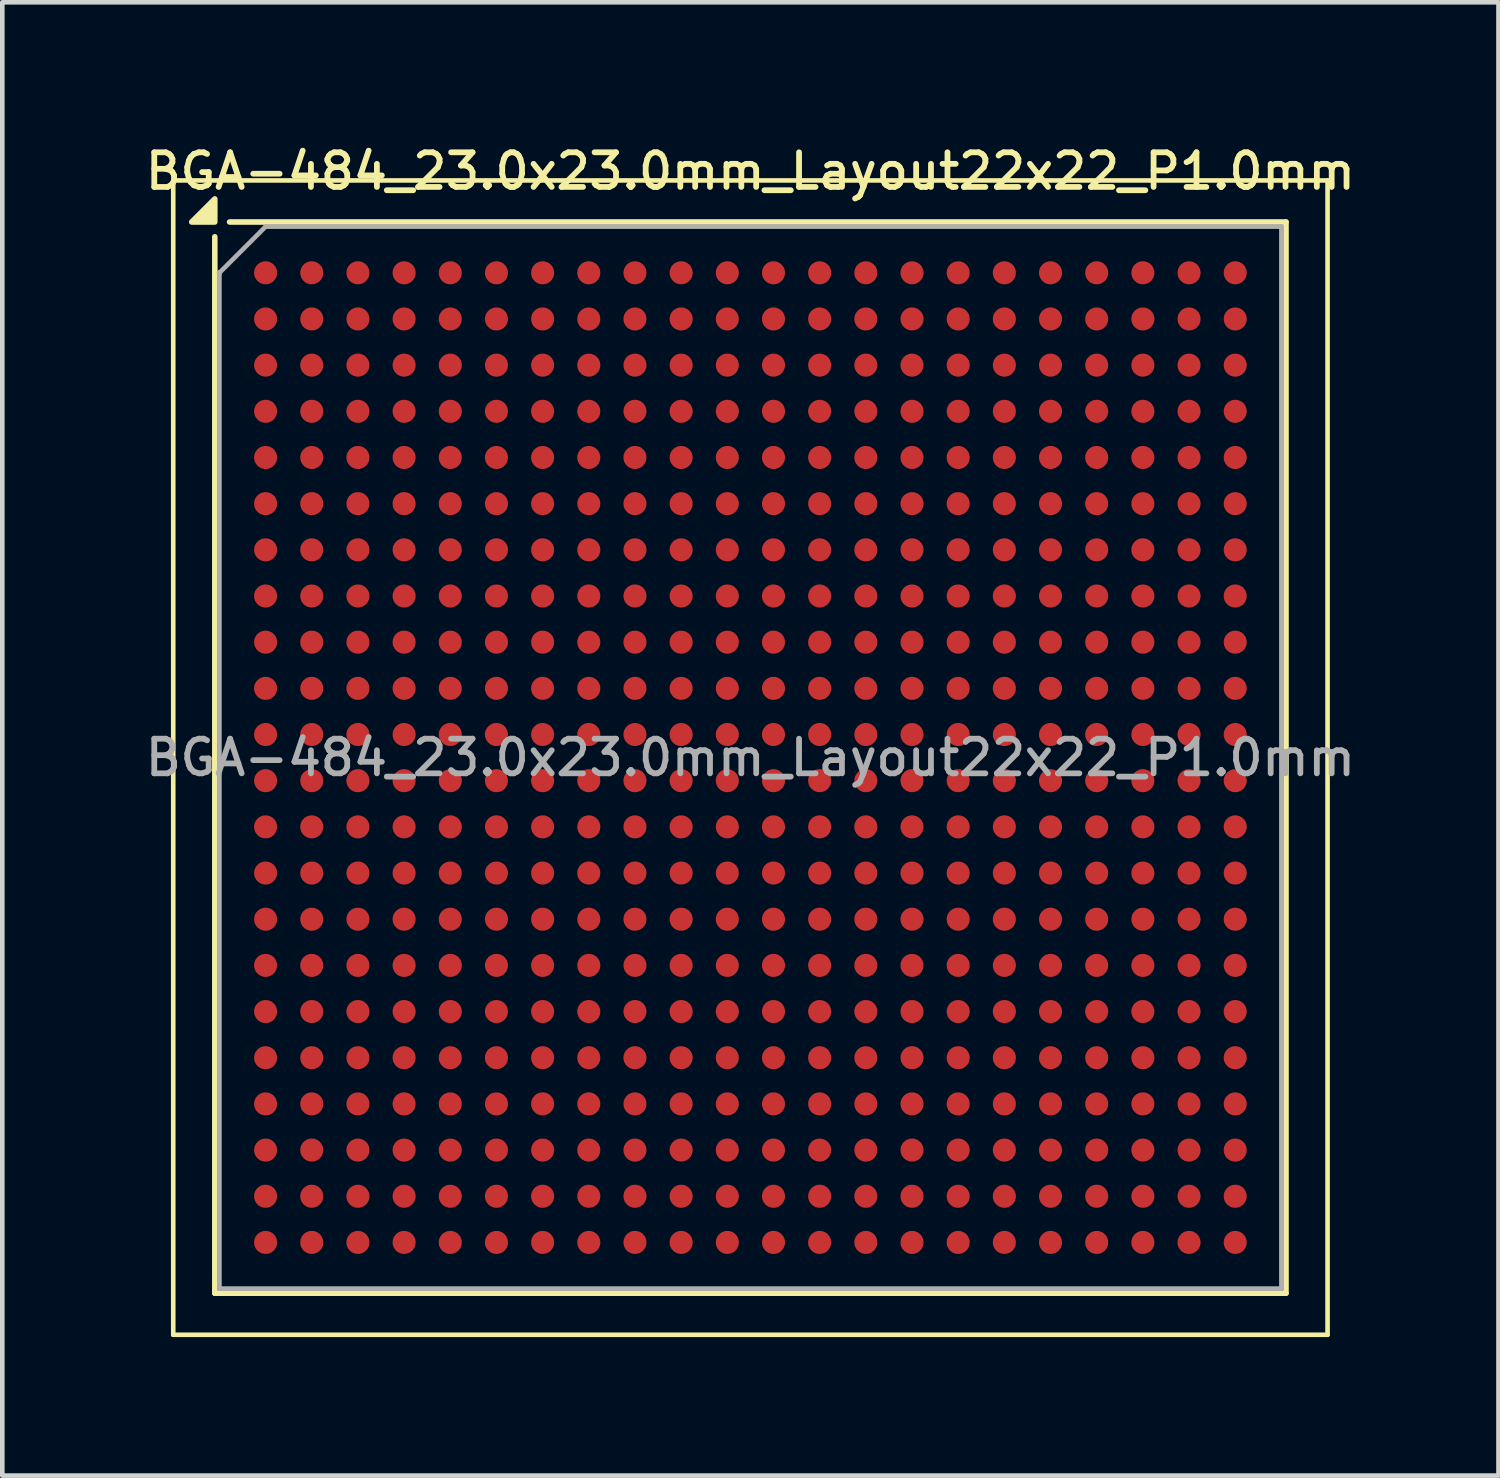
<source format=kicad_pcb>
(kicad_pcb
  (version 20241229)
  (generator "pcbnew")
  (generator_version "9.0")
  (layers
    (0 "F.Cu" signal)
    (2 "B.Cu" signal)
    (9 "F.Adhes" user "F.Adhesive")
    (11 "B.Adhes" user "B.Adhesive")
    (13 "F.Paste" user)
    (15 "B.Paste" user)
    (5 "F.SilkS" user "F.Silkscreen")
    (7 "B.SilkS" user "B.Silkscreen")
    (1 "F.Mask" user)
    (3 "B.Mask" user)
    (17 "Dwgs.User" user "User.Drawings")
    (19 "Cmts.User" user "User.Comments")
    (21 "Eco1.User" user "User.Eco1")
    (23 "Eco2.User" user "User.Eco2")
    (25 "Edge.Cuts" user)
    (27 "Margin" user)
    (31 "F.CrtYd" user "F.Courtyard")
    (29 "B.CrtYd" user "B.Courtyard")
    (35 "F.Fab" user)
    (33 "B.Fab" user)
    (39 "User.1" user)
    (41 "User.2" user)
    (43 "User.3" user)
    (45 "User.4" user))
  (footprint "BGA-484_23.0x23.0mm_Layout22x22_P1.0mm"
    (layer "F.Cu")
    (at 13.202 13.358)
    (property "Reference" "BGA-484_23.0x23.0mm_Layout22x22_P1.0mm" (at 0 -12.7 0) (layer "F.SilkS") (effects (font (size 0.75 0.75) (thickness 0.125))))
    (attr smd)
    (fp_line (start -12.5 -12.5) (end -12.5 12.5) (stroke (width 0.1) (type solid)) (layer "F.SilkS"))
    (fp_line (start -12.5 -12.5) (end 12.5 -12.5) (stroke (width 0.1) (type solid)) (layer "F.SilkS"))
    (fp_line (start -11.6 11.6) (end -11.6 -11.28) (stroke (width 0.12) (type solid)) (layer "F.SilkS"))
    (fp_line (start -11.28 -11.6) (end 11.6 -11.6) (stroke (width 0.12) (type solid)) (layer "F.SilkS"))
    (fp_line (start 11.6 -11.6) (end 11.6 11.6) (stroke (width 0.12) (type solid)) (layer "F.SilkS"))
    (fp_line (start 11.6 11.6) (end -11.6 11.6) (stroke (width 0.12) (type solid)) (layer "F.SilkS"))
    (fp_line (start 12.5 12.5) (end -12.5 12.5) (stroke (width 0.1) (type solid)) (layer "F.SilkS"))
    (fp_line (start 12.5 12.5) (end 12.5 -12.5) (stroke (width 0.1) (type solid)) (layer "F.SilkS"))
    (fp_poly (pts (xy -11.6 -11.6) (xy -12.1 -11.6) (xy -11.6 -12.1) (xy -11.6 -11.6)) (stroke (width 0.12) (type solid)) (fill yes) (layer "F.SilkS"))
    (fp_line (start -11.5 -10.5) (end -11.5 -10.5) (stroke (width 0.12) (type solid)) (layer "F.Fab"))
    (fp_line (start -11.5 11.5) (end -11.5 -10.5) (stroke (width 0.1) (type solid)) (layer "F.Fab"))
    (fp_line (start -10.5 -11.5) (end -11.5 -10.5) (stroke (width 0.1) (type solid)) (layer "F.Fab"))
    (fp_line (start -10.5 -11.5) (end 11.5 -11.5) (stroke (width 0.1) (type solid)) (layer "F.Fab"))
    (fp_line (start 11.5 -11.5) (end 11.5 11.5) (stroke (width 0.1) (type solid)) (layer "F.Fab"))
    (fp_line (start 11.5 11.5) (end -11.5 11.5) (stroke (width 0.1) (type solid)) (layer "F.Fab"))
    (fp_text user "${REFERENCE}" (at 0 0 0) (layer "F.Fab") (effects (font (size 0.75 0.75) (thickness 0.125))))
    (pad "A1" smd circle (at -10.5 -10.5) (size 0.5 0.5) (property pad_prop_bga) (layers "F.Cu" "F.Mask" "F.Paste"))
    (pad "A2" smd circle (at -9.5 -10.5) (size 0.5 0.5) (property pad_prop_bga) (layers "F.Cu" "F.Mask" "F.Paste"))
    (pad "A3" smd circle (at -8.5 -10.5) (size 0.5 0.5) (property pad_prop_bga) (layers "F.Cu" "F.Mask" "F.Paste"))
    (pad "A4" smd circle (at -7.5 -10.5) (size 0.5 0.5) (property pad_prop_bga) (layers "F.Cu" "F.Mask" "F.Paste"))
    (pad "A5" smd circle (at -6.5 -10.5) (size 0.5 0.5) (property pad_prop_bga) (layers "F.Cu" "F.Mask" "F.Paste"))
    (pad "A6" smd circle (at -5.5 -10.5) (size 0.5 0.5) (property pad_prop_bga) (layers "F.Cu" "F.Mask" "F.Paste"))
    (pad "A7" smd circle (at -4.5 -10.5) (size 0.5 0.5) (property pad_prop_bga) (layers "F.Cu" "F.Mask" "F.Paste"))
    (pad "A8" smd circle (at -3.5 -10.5) (size 0.5 0.5) (property pad_prop_bga) (layers "F.Cu" "F.Mask" "F.Paste"))
    (pad "A9" smd circle (at -2.5 -10.5) (size 0.5 0.5) (property pad_prop_bga) (layers "F.Cu" "F.Mask" "F.Paste"))
    (pad "A10" smd circle (at -1.5 -10.5) (size 0.5 0.5) (property pad_prop_bga) (layers "F.Cu" "F.Mask" "F.Paste"))
    (pad "A11" smd circle (at -0.5 -10.5) (size 0.5 0.5) (property pad_prop_bga) (layers "F.Cu" "F.Mask" "F.Paste"))
    (pad "A12" smd circle (at 0.5 -10.5) (size 0.5 0.5) (property pad_prop_bga) (layers "F.Cu" "F.Mask" "F.Paste"))
    (pad "A13" smd circle (at 1.5 -10.5) (size 0.5 0.5) (property pad_prop_bga) (layers "F.Cu" "F.Mask" "F.Paste"))
    (pad "A14" smd circle (at 2.5 -10.5) (size 0.5 0.5) (property pad_prop_bga) (layers "F.Cu" "F.Mask" "F.Paste"))
    (pad "A15" smd circle (at 3.5 -10.5) (size 0.5 0.5) (property pad_prop_bga) (layers "F.Cu" "F.Mask" "F.Paste"))
    (pad "A16" smd circle (at 4.5 -10.5) (size 0.5 0.5) (property pad_prop_bga) (layers "F.Cu" "F.Mask" "F.Paste"))
    (pad "A17" smd circle (at 5.5 -10.5) (size 0.5 0.5) (property pad_prop_bga) (layers "F.Cu" "F.Mask" "F.Paste"))
    (pad "A18" smd circle (at 6.5 -10.5) (size 0.5 0.5) (property pad_prop_bga) (layers "F.Cu" "F.Mask" "F.Paste"))
    (pad "A19" smd circle (at 7.5 -10.5) (size 0.5 0.5) (property pad_prop_bga) (layers "F.Cu" "F.Mask" "F.Paste"))
    (pad "A20" smd circle (at 8.5 -10.5) (size 0.5 0.5) (property pad_prop_bga) (layers "F.Cu" "F.Mask" "F.Paste"))
    (pad "A21" smd circle (at 9.5 -10.5) (size 0.5 0.5) (property pad_prop_bga) (layers "F.Cu" "F.Mask" "F.Paste"))
    (pad "A22" smd circle (at 10.5 -10.5) (size 0.5 0.5) (property pad_prop_bga) (layers "F.Cu" "F.Mask" "F.Paste"))
    (pad "AA1" smd circle (at -10.5 9.5) (size 0.5 0.5) (property pad_prop_bga) (layers "F.Cu" "F.Mask" "F.Paste"))
    (pad "AA2" smd circle (at -9.5 9.5) (size 0.5 0.5) (property pad_prop_bga) (layers "F.Cu" "F.Mask" "F.Paste"))
    (pad "AA3" smd circle (at -8.5 9.5) (size 0.5 0.5) (property pad_prop_bga) (layers "F.Cu" "F.Mask" "F.Paste"))
    (pad "AA4" smd circle (at -7.5 9.5) (size 0.5 0.5) (property pad_prop_bga) (layers "F.Cu" "F.Mask" "F.Paste"))
    (pad "AA5" smd circle (at -6.5 9.5) (size 0.5 0.5) (property pad_prop_bga) (layers "F.Cu" "F.Mask" "F.Paste"))
    (pad "AA6" smd circle (at -5.5 9.5) (size 0.5 0.5) (property pad_prop_bga) (layers "F.Cu" "F.Mask" "F.Paste"))
    (pad "AA7" smd circle (at -4.5 9.5) (size 0.5 0.5) (property pad_prop_bga) (layers "F.Cu" "F.Mask" "F.Paste"))
    (pad "AA8" smd circle (at -3.5 9.5) (size 0.5 0.5) (property pad_prop_bga) (layers "F.Cu" "F.Mask" "F.Paste"))
    (pad "AA9" smd circle (at -2.5 9.5) (size 0.5 0.5) (property pad_prop_bga) (layers "F.Cu" "F.Mask" "F.Paste"))
    (pad "AA10" smd circle (at -1.5 9.5) (size 0.5 0.5) (property pad_prop_bga) (layers "F.Cu" "F.Mask" "F.Paste"))
    (pad "AA11" smd circle (at -0.5 9.5) (size 0.5 0.5) (property pad_prop_bga) (layers "F.Cu" "F.Mask" "F.Paste"))
    (pad "AA12" smd circle (at 0.5 9.5) (size 0.5 0.5) (property pad_prop_bga) (layers "F.Cu" "F.Mask" "F.Paste"))
    (pad "AA13" smd circle (at 1.5 9.5) (size 0.5 0.5) (property pad_prop_bga) (layers "F.Cu" "F.Mask" "F.Paste"))
    (pad "AA14" smd circle (at 2.5 9.5) (size 0.5 0.5) (property pad_prop_bga) (layers "F.Cu" "F.Mask" "F.Paste"))
    (pad "AA15" smd circle (at 3.5 9.5) (size 0.5 0.5) (property pad_prop_bga) (layers "F.Cu" "F.Mask" "F.Paste"))
    (pad "AA16" smd circle (at 4.5 9.5) (size 0.5 0.5) (property pad_prop_bga) (layers "F.Cu" "F.Mask" "F.Paste"))
    (pad "AA17" smd circle (at 5.5 9.5) (size 0.5 0.5) (property pad_prop_bga) (layers "F.Cu" "F.Mask" "F.Paste"))
    (pad "AA18" smd circle (at 6.5 9.5) (size 0.5 0.5) (property pad_prop_bga) (layers "F.Cu" "F.Mask" "F.Paste"))
    (pad "AA19" smd circle (at 7.5 9.5) (size 0.5 0.5) (property pad_prop_bga) (layers "F.Cu" "F.Mask" "F.Paste"))
    (pad "AA20" smd circle (at 8.5 9.5) (size 0.5 0.5) (property pad_prop_bga) (layers "F.Cu" "F.Mask" "F.Paste"))
    (pad "AA21" smd circle (at 9.5 9.5) (size 0.5 0.5) (property pad_prop_bga) (layers "F.Cu" "F.Mask" "F.Paste"))
    (pad "AA22" smd circle (at 10.5 9.5) (size 0.5 0.5) (property pad_prop_bga) (layers "F.Cu" "F.Mask" "F.Paste"))
    (pad "AB1" smd circle (at -10.5 10.5) (size 0.5 0.5) (property pad_prop_bga) (layers "F.Cu" "F.Mask" "F.Paste"))
    (pad "AB2" smd circle (at -9.5 10.5) (size 0.5 0.5) (property pad_prop_bga) (layers "F.Cu" "F.Mask" "F.Paste"))
    (pad "AB3" smd circle (at -8.5 10.5) (size 0.5 0.5) (property pad_prop_bga) (layers "F.Cu" "F.Mask" "F.Paste"))
    (pad "AB4" smd circle (at -7.5 10.5) (size 0.5 0.5) (property pad_prop_bga) (layers "F.Cu" "F.Mask" "F.Paste"))
    (pad "AB5" smd circle (at -6.5 10.5) (size 0.5 0.5) (property pad_prop_bga) (layers "F.Cu" "F.Mask" "F.Paste"))
    (pad "AB6" smd circle (at -5.5 10.5) (size 0.5 0.5) (property pad_prop_bga) (layers "F.Cu" "F.Mask" "F.Paste"))
    (pad "AB7" smd circle (at -4.5 10.5) (size 0.5 0.5) (property pad_prop_bga) (layers "F.Cu" "F.Mask" "F.Paste"))
    (pad "AB8" smd circle (at -3.5 10.5) (size 0.5 0.5) (property pad_prop_bga) (layers "F.Cu" "F.Mask" "F.Paste"))
    (pad "AB9" smd circle (at -2.5 10.5) (size 0.5 0.5) (property pad_prop_bga) (layers "F.Cu" "F.Mask" "F.Paste"))
    (pad "AB10" smd circle (at -1.5 10.5) (size 0.5 0.5) (property pad_prop_bga) (layers "F.Cu" "F.Mask" "F.Paste"))
    (pad "AB11" smd circle (at -0.5 10.5) (size 0.5 0.5) (property pad_prop_bga) (layers "F.Cu" "F.Mask" "F.Paste"))
    (pad "AB12" smd circle (at 0.5 10.5) (size 0.5 0.5) (property pad_prop_bga) (layers "F.Cu" "F.Mask" "F.Paste"))
    (pad "AB13" smd circle (at 1.5 10.5) (size 0.5 0.5) (property pad_prop_bga) (layers "F.Cu" "F.Mask" "F.Paste"))
    (pad "AB14" smd circle (at 2.5 10.5) (size 0.5 0.5) (property pad_prop_bga) (layers "F.Cu" "F.Mask" "F.Paste"))
    (pad "AB15" smd circle (at 3.5 10.5) (size 0.5 0.5) (property pad_prop_bga) (layers "F.Cu" "F.Mask" "F.Paste"))
    (pad "AB16" smd circle (at 4.5 10.5) (size 0.5 0.5) (property pad_prop_bga) (layers "F.Cu" "F.Mask" "F.Paste"))
    (pad "AB17" smd circle (at 5.5 10.5) (size 0.5 0.5) (property pad_prop_bga) (layers "F.Cu" "F.Mask" "F.Paste"))
    (pad "AB18" smd circle (at 6.5 10.5) (size 0.5 0.5) (property pad_prop_bga) (layers "F.Cu" "F.Mask" "F.Paste"))
    (pad "AB19" smd circle (at 7.5 10.5) (size 0.5 0.5) (property pad_prop_bga) (layers "F.Cu" "F.Mask" "F.Paste"))
    (pad "AB20" smd circle (at 8.5 10.5) (size 0.5 0.5) (property pad_prop_bga) (layers "F.Cu" "F.Mask" "F.Paste"))
    (pad "AB21" smd circle (at 9.5 10.5) (size 0.5 0.5) (property pad_prop_bga) (layers "F.Cu" "F.Mask" "F.Paste"))
    (pad "AB22" smd circle (at 10.5 10.5) (size 0.5 0.5) (property pad_prop_bga) (layers "F.Cu" "F.Mask" "F.Paste"))
    (pad "B1" smd circle (at -10.5 -9.5) (size 0.5 0.5) (property pad_prop_bga) (layers "F.Cu" "F.Mask" "F.Paste"))
    (pad "B2" smd circle (at -9.5 -9.5) (size 0.5 0.5) (property pad_prop_bga) (layers "F.Cu" "F.Mask" "F.Paste"))
    (pad "B3" smd circle (at -8.5 -9.5) (size 0.5 0.5) (property pad_prop_bga) (layers "F.Cu" "F.Mask" "F.Paste"))
    (pad "B4" smd circle (at -7.5 -9.5) (size 0.5 0.5) (property pad_prop_bga) (layers "F.Cu" "F.Mask" "F.Paste"))
    (pad "B5" smd circle (at -6.5 -9.5) (size 0.5 0.5) (property pad_prop_bga) (layers "F.Cu" "F.Mask" "F.Paste"))
    (pad "B6" smd circle (at -5.5 -9.5) (size 0.5 0.5) (property pad_prop_bga) (layers "F.Cu" "F.Mask" "F.Paste"))
    (pad "B7" smd circle (at -4.5 -9.5) (size 0.5 0.5) (property pad_prop_bga) (layers "F.Cu" "F.Mask" "F.Paste"))
    (pad "B8" smd circle (at -3.5 -9.5) (size 0.5 0.5) (property pad_prop_bga) (layers "F.Cu" "F.Mask" "F.Paste"))
    (pad "B9" smd circle (at -2.5 -9.5) (size 0.5 0.5) (property pad_prop_bga) (layers "F.Cu" "F.Mask" "F.Paste"))
    (pad "B10" smd circle (at -1.5 -9.5) (size 0.5 0.5) (property pad_prop_bga) (layers "F.Cu" "F.Mask" "F.Paste"))
    (pad "B11" smd circle (at -0.5 -9.5) (size 0.5 0.5) (property pad_prop_bga) (layers "F.Cu" "F.Mask" "F.Paste"))
    (pad "B12" smd circle (at 0.5 -9.5) (size 0.5 0.5) (property pad_prop_bga) (layers "F.Cu" "F.Mask" "F.Paste"))
    (pad "B13" smd circle (at 1.5 -9.5) (size 0.5 0.5) (property pad_prop_bga) (layers "F.Cu" "F.Mask" "F.Paste"))
    (pad "B14" smd circle (at 2.5 -9.5) (size 0.5 0.5) (property pad_prop_bga) (layers "F.Cu" "F.Mask" "F.Paste"))
    (pad "B15" smd circle (at 3.5 -9.5) (size 0.5 0.5) (property pad_prop_bga) (layers "F.Cu" "F.Mask" "F.Paste"))
    (pad "B16" smd circle (at 4.5 -9.5) (size 0.5 0.5) (property pad_prop_bga) (layers "F.Cu" "F.Mask" "F.Paste"))
    (pad "B17" smd circle (at 5.5 -9.5) (size 0.5 0.5) (property pad_prop_bga) (layers "F.Cu" "F.Mask" "F.Paste"))
    (pad "B18" smd circle (at 6.5 -9.5) (size 0.5 0.5) (property pad_prop_bga) (layers "F.Cu" "F.Mask" "F.Paste"))
    (pad "B19" smd circle (at 7.5 -9.5) (size 0.5 0.5) (property pad_prop_bga) (layers "F.Cu" "F.Mask" "F.Paste"))
    (pad "B20" smd circle (at 8.5 -9.5) (size 0.5 0.5) (property pad_prop_bga) (layers "F.Cu" "F.Mask" "F.Paste"))
    (pad "B21" smd circle (at 9.5 -9.5) (size 0.5 0.5) (property pad_prop_bga) (layers "F.Cu" "F.Mask" "F.Paste"))
    (pad "B22" smd circle (at 10.5 -9.5) (size 0.5 0.5) (property pad_prop_bga) (layers "F.Cu" "F.Mask" "F.Paste"))
    (pad "C1" smd circle (at -10.5 -8.5) (size 0.5 0.5) (property pad_prop_bga) (layers "F.Cu" "F.Mask" "F.Paste"))
    (pad "C2" smd circle (at -9.5 -8.5) (size 0.5 0.5) (property pad_prop_bga) (layers "F.Cu" "F.Mask" "F.Paste"))
    (pad "C3" smd circle (at -8.5 -8.5) (size 0.5 0.5) (property pad_prop_bga) (layers "F.Cu" "F.Mask" "F.Paste"))
    (pad "C4" smd circle (at -7.5 -8.5) (size 0.5 0.5) (property pad_prop_bga) (layers "F.Cu" "F.Mask" "F.Paste"))
    (pad "C5" smd circle (at -6.5 -8.5) (size 0.5 0.5) (property pad_prop_bga) (layers "F.Cu" "F.Mask" "F.Paste"))
    (pad "C6" smd circle (at -5.5 -8.5) (size 0.5 0.5) (property pad_prop_bga) (layers "F.Cu" "F.Mask" "F.Paste"))
    (pad "C7" smd circle (at -4.5 -8.5) (size 0.5 0.5) (property pad_prop_bga) (layers "F.Cu" "F.Mask" "F.Paste"))
    (pad "C8" smd circle (at -3.5 -8.5) (size 0.5 0.5) (property pad_prop_bga) (layers "F.Cu" "F.Mask" "F.Paste"))
    (pad "C9" smd circle (at -2.5 -8.5) (size 0.5 0.5) (property pad_prop_bga) (layers "F.Cu" "F.Mask" "F.Paste"))
    (pad "C10" smd circle (at -1.5 -8.5) (size 0.5 0.5) (property pad_prop_bga) (layers "F.Cu" "F.Mask" "F.Paste"))
    (pad "C11" smd circle (at -0.5 -8.5) (size 0.5 0.5) (property pad_prop_bga) (layers "F.Cu" "F.Mask" "F.Paste"))
    (pad "C12" smd circle (at 0.5 -8.5) (size 0.5 0.5) (property pad_prop_bga) (layers "F.Cu" "F.Mask" "F.Paste"))
    (pad "C13" smd circle (at 1.5 -8.5) (size 0.5 0.5) (property pad_prop_bga) (layers "F.Cu" "F.Mask" "F.Paste"))
    (pad "C14" smd circle (at 2.5 -8.5) (size 0.5 0.5) (property pad_prop_bga) (layers "F.Cu" "F.Mask" "F.Paste"))
    (pad "C15" smd circle (at 3.5 -8.5) (size 0.5 0.5) (property pad_prop_bga) (layers "F.Cu" "F.Mask" "F.Paste"))
    (pad "C16" smd circle (at 4.5 -8.5) (size 0.5 0.5) (property pad_prop_bga) (layers "F.Cu" "F.Mask" "F.Paste"))
    (pad "C17" smd circle (at 5.5 -8.5) (size 0.5 0.5) (property pad_prop_bga) (layers "F.Cu" "F.Mask" "F.Paste"))
    (pad "C18" smd circle (at 6.5 -8.5) (size 0.5 0.5) (property pad_prop_bga) (layers "F.Cu" "F.Mask" "F.Paste"))
    (pad "C19" smd circle (at 7.5 -8.5) (size 0.5 0.5) (property pad_prop_bga) (layers "F.Cu" "F.Mask" "F.Paste"))
    (pad "C20" smd circle (at 8.5 -8.5) (size 0.5 0.5) (property pad_prop_bga) (layers "F.Cu" "F.Mask" "F.Paste"))
    (pad "C21" smd circle (at 9.5 -8.5) (size 0.5 0.5) (property pad_prop_bga) (layers "F.Cu" "F.Mask" "F.Paste"))
    (pad "C22" smd circle (at 10.5 -8.5) (size 0.5 0.5) (property pad_prop_bga) (layers "F.Cu" "F.Mask" "F.Paste"))
    (pad "D1" smd circle (at -10.5 -7.5) (size 0.5 0.5) (property pad_prop_bga) (layers "F.Cu" "F.Mask" "F.Paste"))
    (pad "D2" smd circle (at -9.5 -7.5) (size 0.5 0.5) (property pad_prop_bga) (layers "F.Cu" "F.Mask" "F.Paste"))
    (pad "D3" smd circle (at -8.5 -7.5) (size 0.5 0.5) (property pad_prop_bga) (layers "F.Cu" "F.Mask" "F.Paste"))
    (pad "D4" smd circle (at -7.5 -7.5) (size 0.5 0.5) (property pad_prop_bga) (layers "F.Cu" "F.Mask" "F.Paste"))
    (pad "D5" smd circle (at -6.5 -7.5) (size 0.5 0.5) (property pad_prop_bga) (layers "F.Cu" "F.Mask" "F.Paste"))
    (pad "D6" smd circle (at -5.5 -7.5) (size 0.5 0.5) (property pad_prop_bga) (layers "F.Cu" "F.Mask" "F.Paste"))
    (pad "D7" smd circle (at -4.5 -7.5) (size 0.5 0.5) (property pad_prop_bga) (layers "F.Cu" "F.Mask" "F.Paste"))
    (pad "D8" smd circle (at -3.5 -7.5) (size 0.5 0.5) (property pad_prop_bga) (layers "F.Cu" "F.Mask" "F.Paste"))
    (pad "D9" smd circle (at -2.5 -7.5) (size 0.5 0.5) (property pad_prop_bga) (layers "F.Cu" "F.Mask" "F.Paste"))
    (pad "D10" smd circle (at -1.5 -7.5) (size 0.5 0.5) (property pad_prop_bga) (layers "F.Cu" "F.Mask" "F.Paste"))
    (pad "D11" smd circle (at -0.5 -7.5) (size 0.5 0.5) (property pad_prop_bga) (layers "F.Cu" "F.Mask" "F.Paste"))
    (pad "D12" smd circle (at 0.5 -7.5) (size 0.5 0.5) (property pad_prop_bga) (layers "F.Cu" "F.Mask" "F.Paste"))
    (pad "D13" smd circle (at 1.5 -7.5) (size 0.5 0.5) (property pad_prop_bga) (layers "F.Cu" "F.Mask" "F.Paste"))
    (pad "D14" smd circle (at 2.5 -7.5) (size 0.5 0.5) (property pad_prop_bga) (layers "F.Cu" "F.Mask" "F.Paste"))
    (pad "D15" smd circle (at 3.5 -7.5) (size 0.5 0.5) (property pad_prop_bga) (layers "F.Cu" "F.Mask" "F.Paste"))
    (pad "D16" smd circle (at 4.5 -7.5) (size 0.5 0.5) (property pad_prop_bga) (layers "F.Cu" "F.Mask" "F.Paste"))
    (pad "D17" smd circle (at 5.5 -7.5) (size 0.5 0.5) (property pad_prop_bga) (layers "F.Cu" "F.Mask" "F.Paste"))
    (pad "D18" smd circle (at 6.5 -7.5) (size 0.5 0.5) (property pad_prop_bga) (layers "F.Cu" "F.Mask" "F.Paste"))
    (pad "D19" smd circle (at 7.5 -7.5) (size 0.5 0.5) (property pad_prop_bga) (layers "F.Cu" "F.Mask" "F.Paste"))
    (pad "D20" smd circle (at 8.5 -7.5) (size 0.5 0.5) (property pad_prop_bga) (layers "F.Cu" "F.Mask" "F.Paste"))
    (pad "D21" smd circle (at 9.5 -7.5) (size 0.5 0.5) (property pad_prop_bga) (layers "F.Cu" "F.Mask" "F.Paste"))
    (pad "D22" smd circle (at 10.5 -7.5) (size 0.5 0.5) (property pad_prop_bga) (layers "F.Cu" "F.Mask" "F.Paste"))
    (pad "E1" smd circle (at -10.5 -6.5) (size 0.5 0.5) (property pad_prop_bga) (layers "F.Cu" "F.Mask" "F.Paste"))
    (pad "E2" smd circle (at -9.5 -6.5) (size 0.5 0.5) (property pad_prop_bga) (layers "F.Cu" "F.Mask" "F.Paste"))
    (pad "E3" smd circle (at -8.5 -6.5) (size 0.5 0.5) (property pad_prop_bga) (layers "F.Cu" "F.Mask" "F.Paste"))
    (pad "E4" smd circle (at -7.5 -6.5) (size 0.5 0.5) (property pad_prop_bga) (layers "F.Cu" "F.Mask" "F.Paste"))
    (pad "E5" smd circle (at -6.5 -6.5) (size 0.5 0.5) (property pad_prop_bga) (layers "F.Cu" "F.Mask" "F.Paste"))
    (pad "E6" smd circle (at -5.5 -6.5) (size 0.5 0.5) (property pad_prop_bga) (layers "F.Cu" "F.Mask" "F.Paste"))
    (pad "E7" smd circle (at -4.5 -6.5) (size 0.5 0.5) (property pad_prop_bga) (layers "F.Cu" "F.Mask" "F.Paste"))
    (pad "E8" smd circle (at -3.5 -6.5) (size 0.5 0.5) (property pad_prop_bga) (layers "F.Cu" "F.Mask" "F.Paste"))
    (pad "E9" smd circle (at -2.5 -6.5) (size 0.5 0.5) (property pad_prop_bga) (layers "F.Cu" "F.Mask" "F.Paste"))
    (pad "E10" smd circle (at -1.5 -6.5) (size 0.5 0.5) (property pad_prop_bga) (layers "F.Cu" "F.Mask" "F.Paste"))
    (pad "E11" smd circle (at -0.5 -6.5) (size 0.5 0.5) (property pad_prop_bga) (layers "F.Cu" "F.Mask" "F.Paste"))
    (pad "E12" smd circle (at 0.5 -6.5) (size 0.5 0.5) (property pad_prop_bga) (layers "F.Cu" "F.Mask" "F.Paste"))
    (pad "E13" smd circle (at 1.5 -6.5) (size 0.5 0.5) (property pad_prop_bga) (layers "F.Cu" "F.Mask" "F.Paste"))
    (pad "E14" smd circle (at 2.5 -6.5) (size 0.5 0.5) (property pad_prop_bga) (layers "F.Cu" "F.Mask" "F.Paste"))
    (pad "E15" smd circle (at 3.5 -6.5) (size 0.5 0.5) (property pad_prop_bga) (layers "F.Cu" "F.Mask" "F.Paste"))
    (pad "E16" smd circle (at 4.5 -6.5) (size 0.5 0.5) (property pad_prop_bga) (layers "F.Cu" "F.Mask" "F.Paste"))
    (pad "E17" smd circle (at 5.5 -6.5) (size 0.5 0.5) (property pad_prop_bga) (layers "F.Cu" "F.Mask" "F.Paste"))
    (pad "E18" smd circle (at 6.5 -6.5) (size 0.5 0.5) (property pad_prop_bga) (layers "F.Cu" "F.Mask" "F.Paste"))
    (pad "E19" smd circle (at 7.5 -6.5) (size 0.5 0.5) (property pad_prop_bga) (layers "F.Cu" "F.Mask" "F.Paste"))
    (pad "E20" smd circle (at 8.5 -6.5) (size 0.5 0.5) (property pad_prop_bga) (layers "F.Cu" "F.Mask" "F.Paste"))
    (pad "E21" smd circle (at 9.5 -6.5) (size 0.5 0.5) (property pad_prop_bga) (layers "F.Cu" "F.Mask" "F.Paste"))
    (pad "E22" smd circle (at 10.5 -6.5) (size 0.5 0.5) (property pad_prop_bga) (layers "F.Cu" "F.Mask" "F.Paste"))
    (pad "F1" smd circle (at -10.5 -5.5) (size 0.5 0.5) (property pad_prop_bga) (layers "F.Cu" "F.Mask" "F.Paste"))
    (pad "F2" smd circle (at -9.5 -5.5) (size 0.5 0.5) (property pad_prop_bga) (layers "F.Cu" "F.Mask" "F.Paste"))
    (pad "F3" smd circle (at -8.5 -5.5) (size 0.5 0.5) (property pad_prop_bga) (layers "F.Cu" "F.Mask" "F.Paste"))
    (pad "F4" smd circle (at -7.5 -5.5) (size 0.5 0.5) (property pad_prop_bga) (layers "F.Cu" "F.Mask" "F.Paste"))
    (pad "F5" smd circle (at -6.5 -5.5) (size 0.5 0.5) (property pad_prop_bga) (layers "F.Cu" "F.Mask" "F.Paste"))
    (pad "F6" smd circle (at -5.5 -5.5) (size 0.5 0.5) (property pad_prop_bga) (layers "F.Cu" "F.Mask" "F.Paste"))
    (pad "F7" smd circle (at -4.5 -5.5) (size 0.5 0.5) (property pad_prop_bga) (layers "F.Cu" "F.Mask" "F.Paste"))
    (pad "F8" smd circle (at -3.5 -5.5) (size 0.5 0.5) (property pad_prop_bga) (layers "F.Cu" "F.Mask" "F.Paste"))
    (pad "F9" smd circle (at -2.5 -5.5) (size 0.5 0.5) (property pad_prop_bga) (layers "F.Cu" "F.Mask" "F.Paste"))
    (pad "F10" smd circle (at -1.5 -5.5) (size 0.5 0.5) (property pad_prop_bga) (layers "F.Cu" "F.Mask" "F.Paste"))
    (pad "F11" smd circle (at -0.5 -5.5) (size 0.5 0.5) (property pad_prop_bga) (layers "F.Cu" "F.Mask" "F.Paste"))
    (pad "F12" smd circle (at 0.5 -5.5) (size 0.5 0.5) (property pad_prop_bga) (layers "F.Cu" "F.Mask" "F.Paste"))
    (pad "F13" smd circle (at 1.5 -5.5) (size 0.5 0.5) (property pad_prop_bga) (layers "F.Cu" "F.Mask" "F.Paste"))
    (pad "F14" smd circle (at 2.5 -5.5) (size 0.5 0.5) (property pad_prop_bga) (layers "F.Cu" "F.Mask" "F.Paste"))
    (pad "F15" smd circle (at 3.5 -5.5) (size 0.5 0.5) (property pad_prop_bga) (layers "F.Cu" "F.Mask" "F.Paste"))
    (pad "F16" smd circle (at 4.5 -5.5) (size 0.5 0.5) (property pad_prop_bga) (layers "F.Cu" "F.Mask" "F.Paste"))
    (pad "F17" smd circle (at 5.5 -5.5) (size 0.5 0.5) (property pad_prop_bga) (layers "F.Cu" "F.Mask" "F.Paste"))
    (pad "F18" smd circle (at 6.5 -5.5) (size 0.5 0.5) (property pad_prop_bga) (layers "F.Cu" "F.Mask" "F.Paste"))
    (pad "F19" smd circle (at 7.5 -5.5) (size 0.5 0.5) (property pad_prop_bga) (layers "F.Cu" "F.Mask" "F.Paste"))
    (pad "F20" smd circle (at 8.5 -5.5) (size 0.5 0.5) (property pad_prop_bga) (layers "F.Cu" "F.Mask" "F.Paste"))
    (pad "F21" smd circle (at 9.5 -5.5) (size 0.5 0.5) (property pad_prop_bga) (layers "F.Cu" "F.Mask" "F.Paste"))
    (pad "F22" smd circle (at 10.5 -5.5) (size 0.5 0.5) (property pad_prop_bga) (layers "F.Cu" "F.Mask" "F.Paste"))
    (pad "G1" smd circle (at -10.5 -4.5) (size 0.5 0.5) (property pad_prop_bga) (layers "F.Cu" "F.Mask" "F.Paste"))
    (pad "G2" smd circle (at -9.5 -4.5) (size 0.5 0.5) (property pad_prop_bga) (layers "F.Cu" "F.Mask" "F.Paste"))
    (pad "G3" smd circle (at -8.5 -4.5) (size 0.5 0.5) (property pad_prop_bga) (layers "F.Cu" "F.Mask" "F.Paste"))
    (pad "G4" smd circle (at -7.5 -4.5) (size 0.5 0.5) (property pad_prop_bga) (layers "F.Cu" "F.Mask" "F.Paste"))
    (pad "G5" smd circle (at -6.5 -4.5) (size 0.5 0.5) (property pad_prop_bga) (layers "F.Cu" "F.Mask" "F.Paste"))
    (pad "G6" smd circle (at -5.5 -4.5) (size 0.5 0.5) (property pad_prop_bga) (layers "F.Cu" "F.Mask" "F.Paste"))
    (pad "G7" smd circle (at -4.5 -4.5) (size 0.5 0.5) (property pad_prop_bga) (layers "F.Cu" "F.Mask" "F.Paste"))
    (pad "G8" smd circle (at -3.5 -4.5) (size 0.5 0.5) (property pad_prop_bga) (layers "F.Cu" "F.Mask" "F.Paste"))
    (pad "G9" smd circle (at -2.5 -4.5) (size 0.5 0.5) (property pad_prop_bga) (layers "F.Cu" "F.Mask" "F.Paste"))
    (pad "G10" smd circle (at -1.5 -4.5) (size 0.5 0.5) (property pad_prop_bga) (layers "F.Cu" "F.Mask" "F.Paste"))
    (pad "G11" smd circle (at -0.5 -4.5) (size 0.5 0.5) (property pad_prop_bga) (layers "F.Cu" "F.Mask" "F.Paste"))
    (pad "G12" smd circle (at 0.5 -4.5) (size 0.5 0.5) (property pad_prop_bga) (layers "F.Cu" "F.Mask" "F.Paste"))
    (pad "G13" smd circle (at 1.5 -4.5) (size 0.5 0.5) (property pad_prop_bga) (layers "F.Cu" "F.Mask" "F.Paste"))
    (pad "G14" smd circle (at 2.5 -4.5) (size 0.5 0.5) (property pad_prop_bga) (layers "F.Cu" "F.Mask" "F.Paste"))
    (pad "G15" smd circle (at 3.5 -4.5) (size 0.5 0.5) (property pad_prop_bga) (layers "F.Cu" "F.Mask" "F.Paste"))
    (pad "G16" smd circle (at 4.5 -4.5) (size 0.5 0.5) (property pad_prop_bga) (layers "F.Cu" "F.Mask" "F.Paste"))
    (pad "G17" smd circle (at 5.5 -4.5) (size 0.5 0.5) (property pad_prop_bga) (layers "F.Cu" "F.Mask" "F.Paste"))
    (pad "G18" smd circle (at 6.5 -4.5) (size 0.5 0.5) (property pad_prop_bga) (layers "F.Cu" "F.Mask" "F.Paste"))
    (pad "G19" smd circle (at 7.5 -4.5) (size 0.5 0.5) (property pad_prop_bga) (layers "F.Cu" "F.Mask" "F.Paste"))
    (pad "G20" smd circle (at 8.5 -4.5) (size 0.5 0.5) (property pad_prop_bga) (layers "F.Cu" "F.Mask" "F.Paste"))
    (pad "G21" smd circle (at 9.5 -4.5) (size 0.5 0.5) (property pad_prop_bga) (layers "F.Cu" "F.Mask" "F.Paste"))
    (pad "G22" smd circle (at 10.5 -4.5) (size 0.5 0.5) (property pad_prop_bga) (layers "F.Cu" "F.Mask" "F.Paste"))
    (pad "H1" smd circle (at -10.5 -3.5) (size 0.5 0.5) (property pad_prop_bga) (layers "F.Cu" "F.Mask" "F.Paste"))
    (pad "H2" smd circle (at -9.5 -3.5) (size 0.5 0.5) (property pad_prop_bga) (layers "F.Cu" "F.Mask" "F.Paste"))
    (pad "H3" smd circle (at -8.5 -3.5) (size 0.5 0.5) (property pad_prop_bga) (layers "F.Cu" "F.Mask" "F.Paste"))
    (pad "H4" smd circle (at -7.5 -3.5) (size 0.5 0.5) (property pad_prop_bga) (layers "F.Cu" "F.Mask" "F.Paste"))
    (pad "H5" smd circle (at -6.5 -3.5) (size 0.5 0.5) (property pad_prop_bga) (layers "F.Cu" "F.Mask" "F.Paste"))
    (pad "H6" smd circle (at -5.5 -3.5) (size 0.5 0.5) (property pad_prop_bga) (layers "F.Cu" "F.Mask" "F.Paste"))
    (pad "H7" smd circle (at -4.5 -3.5) (size 0.5 0.5) (property pad_prop_bga) (layers "F.Cu" "F.Mask" "F.Paste"))
    (pad "H8" smd circle (at -3.5 -3.5) (size 0.5 0.5) (property pad_prop_bga) (layers "F.Cu" "F.Mask" "F.Paste"))
    (pad "H9" smd circle (at -2.5 -3.5) (size 0.5 0.5) (property pad_prop_bga) (layers "F.Cu" "F.Mask" "F.Paste"))
    (pad "H10" smd circle (at -1.5 -3.5) (size 0.5 0.5) (property pad_prop_bga) (layers "F.Cu" "F.Mask" "F.Paste"))
    (pad "H11" smd circle (at -0.5 -3.5) (size 0.5 0.5) (property pad_prop_bga) (layers "F.Cu" "F.Mask" "F.Paste"))
    (pad "H12" smd circle (at 0.5 -3.5) (size 0.5 0.5) (property pad_prop_bga) (layers "F.Cu" "F.Mask" "F.Paste"))
    (pad "H13" smd circle (at 1.5 -3.5) (size 0.5 0.5) (property pad_prop_bga) (layers "F.Cu" "F.Mask" "F.Paste"))
    (pad "H14" smd circle (at 2.5 -3.5) (size 0.5 0.5) (property pad_prop_bga) (layers "F.Cu" "F.Mask" "F.Paste"))
    (pad "H15" smd circle (at 3.5 -3.5) (size 0.5 0.5) (property pad_prop_bga) (layers "F.Cu" "F.Mask" "F.Paste"))
    (pad "H16" smd circle (at 4.5 -3.5) (size 0.5 0.5) (property pad_prop_bga) (layers "F.Cu" "F.Mask" "F.Paste"))
    (pad "H17" smd circle (at 5.5 -3.5) (size 0.5 0.5) (property pad_prop_bga) (layers "F.Cu" "F.Mask" "F.Paste"))
    (pad "H18" smd circle (at 6.5 -3.5) (size 0.5 0.5) (property pad_prop_bga) (layers "F.Cu" "F.Mask" "F.Paste"))
    (pad "H19" smd circle (at 7.5 -3.5) (size 0.5 0.5) (property pad_prop_bga) (layers "F.Cu" "F.Mask" "F.Paste"))
    (pad "H20" smd circle (at 8.5 -3.5) (size 0.5 0.5) (property pad_prop_bga) (layers "F.Cu" "F.Mask" "F.Paste"))
    (pad "H21" smd circle (at 9.5 -3.5) (size 0.5 0.5) (property pad_prop_bga) (layers "F.Cu" "F.Mask" "F.Paste"))
    (pad "H22" smd circle (at 10.5 -3.5) (size 0.5 0.5) (property pad_prop_bga) (layers "F.Cu" "F.Mask" "F.Paste"))
    (pad "J1" smd circle (at -10.5 -2.5) (size 0.5 0.5) (property pad_prop_bga) (layers "F.Cu" "F.Mask" "F.Paste"))
    (pad "J2" smd circle (at -9.5 -2.5) (size 0.5 0.5) (property pad_prop_bga) (layers "F.Cu" "F.Mask" "F.Paste"))
    (pad "J3" smd circle (at -8.5 -2.5) (size 0.5 0.5) (property pad_prop_bga) (layers "F.Cu" "F.Mask" "F.Paste"))
    (pad "J4" smd circle (at -7.5 -2.5) (size 0.5 0.5) (property pad_prop_bga) (layers "F.Cu" "F.Mask" "F.Paste"))
    (pad "J5" smd circle (at -6.5 -2.5) (size 0.5 0.5) (property pad_prop_bga) (layers "F.Cu" "F.Mask" "F.Paste"))
    (pad "J6" smd circle (at -5.5 -2.5) (size 0.5 0.5) (property pad_prop_bga) (layers "F.Cu" "F.Mask" "F.Paste"))
    (pad "J7" smd circle (at -4.5 -2.5) (size 0.5 0.5) (property pad_prop_bga) (layers "F.Cu" "F.Mask" "F.Paste"))
    (pad "J8" smd circle (at -3.5 -2.5) (size 0.5 0.5) (property pad_prop_bga) (layers "F.Cu" "F.Mask" "F.Paste"))
    (pad "J9" smd circle (at -2.5 -2.5) (size 0.5 0.5) (property pad_prop_bga) (layers "F.Cu" "F.Mask" "F.Paste"))
    (pad "J10" smd circle (at -1.5 -2.5) (size 0.5 0.5) (property pad_prop_bga) (layers "F.Cu" "F.Mask" "F.Paste"))
    (pad "J11" smd circle (at -0.5 -2.5) (size 0.5 0.5) (property pad_prop_bga) (layers "F.Cu" "F.Mask" "F.Paste"))
    (pad "J12" smd circle (at 0.5 -2.5) (size 0.5 0.5) (property pad_prop_bga) (layers "F.Cu" "F.Mask" "F.Paste"))
    (pad "J13" smd circle (at 1.5 -2.5) (size 0.5 0.5) (property pad_prop_bga) (layers "F.Cu" "F.Mask" "F.Paste"))
    (pad "J14" smd circle (at 2.5 -2.5) (size 0.5 0.5) (property pad_prop_bga) (layers "F.Cu" "F.Mask" "F.Paste"))
    (pad "J15" smd circle (at 3.5 -2.5) (size 0.5 0.5) (property pad_prop_bga) (layers "F.Cu" "F.Mask" "F.Paste"))
    (pad "J16" smd circle (at 4.5 -2.5) (size 0.5 0.5) (property pad_prop_bga) (layers "F.Cu" "F.Mask" "F.Paste"))
    (pad "J17" smd circle (at 5.5 -2.5) (size 0.5 0.5) (property pad_prop_bga) (layers "F.Cu" "F.Mask" "F.Paste"))
    (pad "J18" smd circle (at 6.5 -2.5) (size 0.5 0.5) (property pad_prop_bga) (layers "F.Cu" "F.Mask" "F.Paste"))
    (pad "J19" smd circle (at 7.5 -2.5) (size 0.5 0.5) (property pad_prop_bga) (layers "F.Cu" "F.Mask" "F.Paste"))
    (pad "J20" smd circle (at 8.5 -2.5) (size 0.5 0.5) (property pad_prop_bga) (layers "F.Cu" "F.Mask" "F.Paste"))
    (pad "J21" smd circle (at 9.5 -2.5) (size 0.5 0.5) (property pad_prop_bga) (layers "F.Cu" "F.Mask" "F.Paste"))
    (pad "J22" smd circle (at 10.5 -2.5) (size 0.5 0.5) (property pad_prop_bga) (layers "F.Cu" "F.Mask" "F.Paste"))
    (pad "K1" smd circle (at -10.5 -1.5) (size 0.5 0.5) (property pad_prop_bga) (layers "F.Cu" "F.Mask" "F.Paste"))
    (pad "K2" smd circle (at -9.5 -1.5) (size 0.5 0.5) (property pad_prop_bga) (layers "F.Cu" "F.Mask" "F.Paste"))
    (pad "K3" smd circle (at -8.5 -1.5) (size 0.5 0.5) (property pad_prop_bga) (layers "F.Cu" "F.Mask" "F.Paste"))
    (pad "K4" smd circle (at -7.5 -1.5) (size 0.5 0.5) (property pad_prop_bga) (layers "F.Cu" "F.Mask" "F.Paste"))
    (pad "K5" smd circle (at -6.5 -1.5) (size 0.5 0.5) (property pad_prop_bga) (layers "F.Cu" "F.Mask" "F.Paste"))
    (pad "K6" smd circle (at -5.5 -1.5) (size 0.5 0.5) (property pad_prop_bga) (layers "F.Cu" "F.Mask" "F.Paste"))
    (pad "K7" smd circle (at -4.5 -1.5) (size 0.5 0.5) (property pad_prop_bga) (layers "F.Cu" "F.Mask" "F.Paste"))
    (pad "K8" smd circle (at -3.5 -1.5) (size 0.5 0.5) (property pad_prop_bga) (layers "F.Cu" "F.Mask" "F.Paste"))
    (pad "K9" smd circle (at -2.5 -1.5) (size 0.5 0.5) (property pad_prop_bga) (layers "F.Cu" "F.Mask" "F.Paste"))
    (pad "K10" smd circle (at -1.5 -1.5) (size 0.5 0.5) (property pad_prop_bga) (layers "F.Cu" "F.Mask" "F.Paste"))
    (pad "K11" smd circle (at -0.5 -1.5) (size 0.5 0.5) (property pad_prop_bga) (layers "F.Cu" "F.Mask" "F.Paste"))
    (pad "K12" smd circle (at 0.5 -1.5) (size 0.5 0.5) (property pad_prop_bga) (layers "F.Cu" "F.Mask" "F.Paste"))
    (pad "K13" smd circle (at 1.5 -1.5) (size 0.5 0.5) (property pad_prop_bga) (layers "F.Cu" "F.Mask" "F.Paste"))
    (pad "K14" smd circle (at 2.5 -1.5) (size 0.5 0.5) (property pad_prop_bga) (layers "F.Cu" "F.Mask" "F.Paste"))
    (pad "K15" smd circle (at 3.5 -1.5) (size 0.5 0.5) (property pad_prop_bga) (layers "F.Cu" "F.Mask" "F.Paste"))
    (pad "K16" smd circle (at 4.5 -1.5) (size 0.5 0.5) (property pad_prop_bga) (layers "F.Cu" "F.Mask" "F.Paste"))
    (pad "K17" smd circle (at 5.5 -1.5) (size 0.5 0.5) (property pad_prop_bga) (layers "F.Cu" "F.Mask" "F.Paste"))
    (pad "K18" smd circle (at 6.5 -1.5) (size 0.5 0.5) (property pad_prop_bga) (layers "F.Cu" "F.Mask" "F.Paste"))
    (pad "K19" smd circle (at 7.5 -1.5) (size 0.5 0.5) (property pad_prop_bga) (layers "F.Cu" "F.Mask" "F.Paste"))
    (pad "K20" smd circle (at 8.5 -1.5) (size 0.5 0.5) (property pad_prop_bga) (layers "F.Cu" "F.Mask" "F.Paste"))
    (pad "K21" smd circle (at 9.5 -1.5) (size 0.5 0.5) (property pad_prop_bga) (layers "F.Cu" "F.Mask" "F.Paste"))
    (pad "K22" smd circle (at 10.5 -1.5) (size 0.5 0.5) (property pad_prop_bga) (layers "F.Cu" "F.Mask" "F.Paste"))
    (pad "L1" smd circle (at -10.5 -0.5) (size 0.5 0.5) (property pad_prop_bga) (layers "F.Cu" "F.Mask" "F.Paste"))
    (pad "L2" smd circle (at -9.5 -0.5) (size 0.5 0.5) (property pad_prop_bga) (layers "F.Cu" "F.Mask" "F.Paste"))
    (pad "L3" smd circle (at -8.5 -0.5) (size 0.5 0.5) (property pad_prop_bga) (layers "F.Cu" "F.Mask" "F.Paste"))
    (pad "L4" smd circle (at -7.5 -0.5) (size 0.5 0.5) (property pad_prop_bga) (layers "F.Cu" "F.Mask" "F.Paste"))
    (pad "L5" smd circle (at -6.5 -0.5) (size 0.5 0.5) (property pad_prop_bga) (layers "F.Cu" "F.Mask" "F.Paste"))
    (pad "L6" smd circle (at -5.5 -0.5) (size 0.5 0.5) (property pad_prop_bga) (layers "F.Cu" "F.Mask" "F.Paste"))
    (pad "L7" smd circle (at -4.5 -0.5) (size 0.5 0.5) (property pad_prop_bga) (layers "F.Cu" "F.Mask" "F.Paste"))
    (pad "L8" smd circle (at -3.5 -0.5) (size 0.5 0.5) (property pad_prop_bga) (layers "F.Cu" "F.Mask" "F.Paste"))
    (pad "L9" smd circle (at -2.5 -0.5) (size 0.5 0.5) (property pad_prop_bga) (layers "F.Cu" "F.Mask" "F.Paste"))
    (pad "L10" smd circle (at -1.5 -0.5) (size 0.5 0.5) (property pad_prop_bga) (layers "F.Cu" "F.Mask" "F.Paste"))
    (pad "L11" smd circle (at -0.5 -0.5) (size 0.5 0.5) (property pad_prop_bga) (layers "F.Cu" "F.Mask" "F.Paste"))
    (pad "L12" smd circle (at 0.5 -0.5) (size 0.5 0.5) (property pad_prop_bga) (layers "F.Cu" "F.Mask" "F.Paste"))
    (pad "L13" smd circle (at 1.5 -0.5) (size 0.5 0.5) (property pad_prop_bga) (layers "F.Cu" "F.Mask" "F.Paste"))
    (pad "L14" smd circle (at 2.5 -0.5) (size 0.5 0.5) (property pad_prop_bga) (layers "F.Cu" "F.Mask" "F.Paste"))
    (pad "L15" smd circle (at 3.5 -0.5) (size 0.5 0.5) (property pad_prop_bga) (layers "F.Cu" "F.Mask" "F.Paste"))
    (pad "L16" smd circle (at 4.5 -0.5) (size 0.5 0.5) (property pad_prop_bga) (layers "F.Cu" "F.Mask" "F.Paste"))
    (pad "L17" smd circle (at 5.5 -0.5) (size 0.5 0.5) (property pad_prop_bga) (layers "F.Cu" "F.Mask" "F.Paste"))
    (pad "L18" smd circle (at 6.5 -0.5) (size 0.5 0.5) (property pad_prop_bga) (layers "F.Cu" "F.Mask" "F.Paste"))
    (pad "L19" smd circle (at 7.5 -0.5) (size 0.5 0.5) (property pad_prop_bga) (layers "F.Cu" "F.Mask" "F.Paste"))
    (pad "L20" smd circle (at 8.5 -0.5) (size 0.5 0.5) (property pad_prop_bga) (layers "F.Cu" "F.Mask" "F.Paste"))
    (pad "L21" smd circle (at 9.5 -0.5) (size 0.5 0.5) (property pad_prop_bga) (layers "F.Cu" "F.Mask" "F.Paste"))
    (pad "L22" smd circle (at 10.5 -0.5) (size 0.5 0.5) (property pad_prop_bga) (layers "F.Cu" "F.Mask" "F.Paste"))
    (pad "M1" smd circle (at -10.5 0.5) (size 0.5 0.5) (property pad_prop_bga) (layers "F.Cu" "F.Mask" "F.Paste"))
    (pad "M2" smd circle (at -9.5 0.5) (size 0.5 0.5) (property pad_prop_bga) (layers "F.Cu" "F.Mask" "F.Paste"))
    (pad "M3" smd circle (at -8.5 0.5) (size 0.5 0.5) (property pad_prop_bga) (layers "F.Cu" "F.Mask" "F.Paste"))
    (pad "M4" smd circle (at -7.5 0.5) (size 0.5 0.5) (property pad_prop_bga) (layers "F.Cu" "F.Mask" "F.Paste"))
    (pad "M5" smd circle (at -6.5 0.5) (size 0.5 0.5) (property pad_prop_bga) (layers "F.Cu" "F.Mask" "F.Paste"))
    (pad "M6" smd circle (at -5.5 0.5) (size 0.5 0.5) (property pad_prop_bga) (layers "F.Cu" "F.Mask" "F.Paste"))
    (pad "M7" smd circle (at -4.5 0.5) (size 0.5 0.5) (property pad_prop_bga) (layers "F.Cu" "F.Mask" "F.Paste"))
    (pad "M8" smd circle (at -3.5 0.5) (size 0.5 0.5) (property pad_prop_bga) (layers "F.Cu" "F.Mask" "F.Paste"))
    (pad "M9" smd circle (at -2.5 0.5) (size 0.5 0.5) (property pad_prop_bga) (layers "F.Cu" "F.Mask" "F.Paste"))
    (pad "M10" smd circle (at -1.5 0.5) (size 0.5 0.5) (property pad_prop_bga) (layers "F.Cu" "F.Mask" "F.Paste"))
    (pad "M11" smd circle (at -0.5 0.5) (size 0.5 0.5) (property pad_prop_bga) (layers "F.Cu" "F.Mask" "F.Paste"))
    (pad "M12" smd circle (at 0.5 0.5) (size 0.5 0.5) (property pad_prop_bga) (layers "F.Cu" "F.Mask" "F.Paste"))
    (pad "M13" smd circle (at 1.5 0.5) (size 0.5 0.5) (property pad_prop_bga) (layers "F.Cu" "F.Mask" "F.Paste"))
    (pad "M14" smd circle (at 2.5 0.5) (size 0.5 0.5) (property pad_prop_bga) (layers "F.Cu" "F.Mask" "F.Paste"))
    (pad "M15" smd circle (at 3.5 0.5) (size 0.5 0.5) (property pad_prop_bga) (layers "F.Cu" "F.Mask" "F.Paste"))
    (pad "M16" smd circle (at 4.5 0.5) (size 0.5 0.5) (property pad_prop_bga) (layers "F.Cu" "F.Mask" "F.Paste"))
    (pad "M17" smd circle (at 5.5 0.5) (size 0.5 0.5) (property pad_prop_bga) (layers "F.Cu" "F.Mask" "F.Paste"))
    (pad "M18" smd circle (at 6.5 0.5) (size 0.5 0.5) (property pad_prop_bga) (layers "F.Cu" "F.Mask" "F.Paste"))
    (pad "M19" smd circle (at 7.5 0.5) (size 0.5 0.5) (property pad_prop_bga) (layers "F.Cu" "F.Mask" "F.Paste"))
    (pad "M20" smd circle (at 8.5 0.5) (size 0.5 0.5) (property pad_prop_bga) (layers "F.Cu" "F.Mask" "F.Paste"))
    (pad "M21" smd circle (at 9.5 0.5) (size 0.5 0.5) (property pad_prop_bga) (layers "F.Cu" "F.Mask" "F.Paste"))
    (pad "M22" smd circle (at 10.5 0.5) (size 0.5 0.5) (property pad_prop_bga) (layers "F.Cu" "F.Mask" "F.Paste"))
    (pad "N1" smd circle (at -10.5 1.5) (size 0.5 0.5) (property pad_prop_bga) (layers "F.Cu" "F.Mask" "F.Paste"))
    (pad "N2" smd circle (at -9.5 1.5) (size 0.5 0.5) (property pad_prop_bga) (layers "F.Cu" "F.Mask" "F.Paste"))
    (pad "N3" smd circle (at -8.5 1.5) (size 0.5 0.5) (property pad_prop_bga) (layers "F.Cu" "F.Mask" "F.Paste"))
    (pad "N4" smd circle (at -7.5 1.5) (size 0.5 0.5) (property pad_prop_bga) (layers "F.Cu" "F.Mask" "F.Paste"))
    (pad "N5" smd circle (at -6.5 1.5) (size 0.5 0.5) (property pad_prop_bga) (layers "F.Cu" "F.Mask" "F.Paste"))
    (pad "N6" smd circle (at -5.5 1.5) (size 0.5 0.5) (property pad_prop_bga) (layers "F.Cu" "F.Mask" "F.Paste"))
    (pad "N7" smd circle (at -4.5 1.5) (size 0.5 0.5) (property pad_prop_bga) (layers "F.Cu" "F.Mask" "F.Paste"))
    (pad "N8" smd circle (at -3.5 1.5) (size 0.5 0.5) (property pad_prop_bga) (layers "F.Cu" "F.Mask" "F.Paste"))
    (pad "N9" smd circle (at -2.5 1.5) (size 0.5 0.5) (property pad_prop_bga) (layers "F.Cu" "F.Mask" "F.Paste"))
    (pad "N10" smd circle (at -1.5 1.5) (size 0.5 0.5) (property pad_prop_bga) (layers "F.Cu" "F.Mask" "F.Paste"))
    (pad "N11" smd circle (at -0.5 1.5) (size 0.5 0.5) (property pad_prop_bga) (layers "F.Cu" "F.Mask" "F.Paste"))
    (pad "N12" smd circle (at 0.5 1.5) (size 0.5 0.5) (property pad_prop_bga) (layers "F.Cu" "F.Mask" "F.Paste"))
    (pad "N13" smd circle (at 1.5 1.5) (size 0.5 0.5) (property pad_prop_bga) (layers "F.Cu" "F.Mask" "F.Paste"))
    (pad "N14" smd circle (at 2.5 1.5) (size 0.5 0.5) (property pad_prop_bga) (layers "F.Cu" "F.Mask" "F.Paste"))
    (pad "N15" smd circle (at 3.5 1.5) (size 0.5 0.5) (property pad_prop_bga) (layers "F.Cu" "F.Mask" "F.Paste"))
    (pad "N16" smd circle (at 4.5 1.5) (size 0.5 0.5) (property pad_prop_bga) (layers "F.Cu" "F.Mask" "F.Paste"))
    (pad "N17" smd circle (at 5.5 1.5) (size 0.5 0.5) (property pad_prop_bga) (layers "F.Cu" "F.Mask" "F.Paste"))
    (pad "N18" smd circle (at 6.5 1.5) (size 0.5 0.5) (property pad_prop_bga) (layers "F.Cu" "F.Mask" "F.Paste"))
    (pad "N19" smd circle (at 7.5 1.5) (size 0.5 0.5) (property pad_prop_bga) (layers "F.Cu" "F.Mask" "F.Paste"))
    (pad "N20" smd circle (at 8.5 1.5) (size 0.5 0.5) (property pad_prop_bga) (layers "F.Cu" "F.Mask" "F.Paste"))
    (pad "N21" smd circle (at 9.5 1.5) (size 0.5 0.5) (property pad_prop_bga) (layers "F.Cu" "F.Mask" "F.Paste"))
    (pad "N22" smd circle (at 10.5 1.5) (size 0.5 0.5) (property pad_prop_bga) (layers "F.Cu" "F.Mask" "F.Paste"))
    (pad "P1" smd circle (at -10.5 2.5) (size 0.5 0.5) (property pad_prop_bga) (layers "F.Cu" "F.Mask" "F.Paste"))
    (pad "P2" smd circle (at -9.5 2.5) (size 0.5 0.5) (property pad_prop_bga) (layers "F.Cu" "F.Mask" "F.Paste"))
    (pad "P3" smd circle (at -8.5 2.5) (size 0.5 0.5) (property pad_prop_bga) (layers "F.Cu" "F.Mask" "F.Paste"))
    (pad "P4" smd circle (at -7.5 2.5) (size 0.5 0.5) (property pad_prop_bga) (layers "F.Cu" "F.Mask" "F.Paste"))
    (pad "P5" smd circle (at -6.5 2.5) (size 0.5 0.5) (property pad_prop_bga) (layers "F.Cu" "F.Mask" "F.Paste"))
    (pad "P6" smd circle (at -5.5 2.5) (size 0.5 0.5) (property pad_prop_bga) (layers "F.Cu" "F.Mask" "F.Paste"))
    (pad "P7" smd circle (at -4.5 2.5) (size 0.5 0.5) (property pad_prop_bga) (layers "F.Cu" "F.Mask" "F.Paste"))
    (pad "P8" smd circle (at -3.5 2.5) (size 0.5 0.5) (property pad_prop_bga) (layers "F.Cu" "F.Mask" "F.Paste"))
    (pad "P9" smd circle (at -2.5 2.5) (size 0.5 0.5) (property pad_prop_bga) (layers "F.Cu" "F.Mask" "F.Paste"))
    (pad "P10" smd circle (at -1.5 2.5) (size 0.5 0.5) (property pad_prop_bga) (layers "F.Cu" "F.Mask" "F.Paste"))
    (pad "P11" smd circle (at -0.5 2.5) (size 0.5 0.5) (property pad_prop_bga) (layers "F.Cu" "F.Mask" "F.Paste"))
    (pad "P12" smd circle (at 0.5 2.5) (size 0.5 0.5) (property pad_prop_bga) (layers "F.Cu" "F.Mask" "F.Paste"))
    (pad "P13" smd circle (at 1.5 2.5) (size 0.5 0.5) (property pad_prop_bga) (layers "F.Cu" "F.Mask" "F.Paste"))
    (pad "P14" smd circle (at 2.5 2.5) (size 0.5 0.5) (property pad_prop_bga) (layers "F.Cu" "F.Mask" "F.Paste"))
    (pad "P15" smd circle (at 3.5 2.5) (size 0.5 0.5) (property pad_prop_bga) (layers "F.Cu" "F.Mask" "F.Paste"))
    (pad "P16" smd circle (at 4.5 2.5) (size 0.5 0.5) (property pad_prop_bga) (layers "F.Cu" "F.Mask" "F.Paste"))
    (pad "P17" smd circle (at 5.5 2.5) (size 0.5 0.5) (property pad_prop_bga) (layers "F.Cu" "F.Mask" "F.Paste"))
    (pad "P18" smd circle (at 6.5 2.5) (size 0.5 0.5) (property pad_prop_bga) (layers "F.Cu" "F.Mask" "F.Paste"))
    (pad "P19" smd circle (at 7.5 2.5) (size 0.5 0.5) (property pad_prop_bga) (layers "F.Cu" "F.Mask" "F.Paste"))
    (pad "P20" smd circle (at 8.5 2.5) (size 0.5 0.5) (property pad_prop_bga) (layers "F.Cu" "F.Mask" "F.Paste"))
    (pad "P21" smd circle (at 9.5 2.5) (size 0.5 0.5) (property pad_prop_bga) (layers "F.Cu" "F.Mask" "F.Paste"))
    (pad "P22" smd circle (at 10.5 2.5) (size 0.5 0.5) (property pad_prop_bga) (layers "F.Cu" "F.Mask" "F.Paste"))
    (pad "R1" smd circle (at -10.5 3.5) (size 0.5 0.5) (property pad_prop_bga) (layers "F.Cu" "F.Mask" "F.Paste"))
    (pad "R2" smd circle (at -9.5 3.5) (size 0.5 0.5) (property pad_prop_bga) (layers "F.Cu" "F.Mask" "F.Paste"))
    (pad "R3" smd circle (at -8.5 3.5) (size 0.5 0.5) (property pad_prop_bga) (layers "F.Cu" "F.Mask" "F.Paste"))
    (pad "R4" smd circle (at -7.5 3.5) (size 0.5 0.5) (property pad_prop_bga) (layers "F.Cu" "F.Mask" "F.Paste"))
    (pad "R5" smd circle (at -6.5 3.5) (size 0.5 0.5) (property pad_prop_bga) (layers "F.Cu" "F.Mask" "F.Paste"))
    (pad "R6" smd circle (at -5.5 3.5) (size 0.5 0.5) (property pad_prop_bga) (layers "F.Cu" "F.Mask" "F.Paste"))
    (pad "R7" smd circle (at -4.5 3.5) (size 0.5 0.5) (property pad_prop_bga) (layers "F.Cu" "F.Mask" "F.Paste"))
    (pad "R8" smd circle (at -3.5 3.5) (size 0.5 0.5) (property pad_prop_bga) (layers "F.Cu" "F.Mask" "F.Paste"))
    (pad "R9" smd circle (at -2.5 3.5) (size 0.5 0.5) (property pad_prop_bga) (layers "F.Cu" "F.Mask" "F.Paste"))
    (pad "R10" smd circle (at -1.5 3.5) (size 0.5 0.5) (property pad_prop_bga) (layers "F.Cu" "F.Mask" "F.Paste"))
    (pad "R11" smd circle (at -0.5 3.5) (size 0.5 0.5) (property pad_prop_bga) (layers "F.Cu" "F.Mask" "F.Paste"))
    (pad "R12" smd circle (at 0.5 3.5) (size 0.5 0.5) (property pad_prop_bga) (layers "F.Cu" "F.Mask" "F.Paste"))
    (pad "R13" smd circle (at 1.5 3.5) (size 0.5 0.5) (property pad_prop_bga) (layers "F.Cu" "F.Mask" "F.Paste"))
    (pad "R14" smd circle (at 2.5 3.5) (size 0.5 0.5) (property pad_prop_bga) (layers "F.Cu" "F.Mask" "F.Paste"))
    (pad "R15" smd circle (at 3.5 3.5) (size 0.5 0.5) (property pad_prop_bga) (layers "F.Cu" "F.Mask" "F.Paste"))
    (pad "R16" smd circle (at 4.5 3.5) (size 0.5 0.5) (property pad_prop_bga) (layers "F.Cu" "F.Mask" "F.Paste"))
    (pad "R17" smd circle (at 5.5 3.5) (size 0.5 0.5) (property pad_prop_bga) (layers "F.Cu" "F.Mask" "F.Paste"))
    (pad "R18" smd circle (at 6.5 3.5) (size 0.5 0.5) (property pad_prop_bga) (layers "F.Cu" "F.Mask" "F.Paste"))
    (pad "R19" smd circle (at 7.5 3.5) (size 0.5 0.5) (property pad_prop_bga) (layers "F.Cu" "F.Mask" "F.Paste"))
    (pad "R20" smd circle (at 8.5 3.5) (size 0.5 0.5) (property pad_prop_bga) (layers "F.Cu" "F.Mask" "F.Paste"))
    (pad "R21" smd circle (at 9.5 3.5) (size 0.5 0.5) (property pad_prop_bga) (layers "F.Cu" "F.Mask" "F.Paste"))
    (pad "R22" smd circle (at 10.5 3.5) (size 0.5 0.5) (property pad_prop_bga) (layers "F.Cu" "F.Mask" "F.Paste"))
    (pad "T1" smd circle (at -10.5 4.5) (size 0.5 0.5) (property pad_prop_bga) (layers "F.Cu" "F.Mask" "F.Paste"))
    (pad "T2" smd circle (at -9.5 4.5) (size 0.5 0.5) (property pad_prop_bga) (layers "F.Cu" "F.Mask" "F.Paste"))
    (pad "T3" smd circle (at -8.5 4.5) (size 0.5 0.5) (property pad_prop_bga) (layers "F.Cu" "F.Mask" "F.Paste"))
    (pad "T4" smd circle (at -7.5 4.5) (size 0.5 0.5) (property pad_prop_bga) (layers "F.Cu" "F.Mask" "F.Paste"))
    (pad "T5" smd circle (at -6.5 4.5) (size 0.5 0.5) (property pad_prop_bga) (layers "F.Cu" "F.Mask" "F.Paste"))
    (pad "T6" smd circle (at -5.5 4.5) (size 0.5 0.5) (property pad_prop_bga) (layers "F.Cu" "F.Mask" "F.Paste"))
    (pad "T7" smd circle (at -4.5 4.5) (size 0.5 0.5) (property pad_prop_bga) (layers "F.Cu" "F.Mask" "F.Paste"))
    (pad "T8" smd circle (at -3.5 4.5) (size 0.5 0.5) (property pad_prop_bga) (layers "F.Cu" "F.Mask" "F.Paste"))
    (pad "T9" smd circle (at -2.5 4.5) (size 0.5 0.5) (property pad_prop_bga) (layers "F.Cu" "F.Mask" "F.Paste"))
    (pad "T10" smd circle (at -1.5 4.5) (size 0.5 0.5) (property pad_prop_bga) (layers "F.Cu" "F.Mask" "F.Paste"))
    (pad "T11" smd circle (at -0.5 4.5) (size 0.5 0.5) (property pad_prop_bga) (layers "F.Cu" "F.Mask" "F.Paste"))
    (pad "T12" smd circle (at 0.5 4.5) (size 0.5 0.5) (property pad_prop_bga) (layers "F.Cu" "F.Mask" "F.Paste"))
    (pad "T13" smd circle (at 1.5 4.5) (size 0.5 0.5) (property pad_prop_bga) (layers "F.Cu" "F.Mask" "F.Paste"))
    (pad "T14" smd circle (at 2.5 4.5) (size 0.5 0.5) (property pad_prop_bga) (layers "F.Cu" "F.Mask" "F.Paste"))
    (pad "T15" smd circle (at 3.5 4.5) (size 0.5 0.5) (property pad_prop_bga) (layers "F.Cu" "F.Mask" "F.Paste"))
    (pad "T16" smd circle (at 4.5 4.5) (size 0.5 0.5) (property pad_prop_bga) (layers "F.Cu" "F.Mask" "F.Paste"))
    (pad "T17" smd circle (at 5.5 4.5) (size 0.5 0.5) (property pad_prop_bga) (layers "F.Cu" "F.Mask" "F.Paste"))
    (pad "T18" smd circle (at 6.5 4.5) (size 0.5 0.5) (property pad_prop_bga) (layers "F.Cu" "F.Mask" "F.Paste"))
    (pad "T19" smd circle (at 7.5 4.5) (size 0.5 0.5) (property pad_prop_bga) (layers "F.Cu" "F.Mask" "F.Paste"))
    (pad "T20" smd circle (at 8.5 4.5) (size 0.5 0.5) (property pad_prop_bga) (layers "F.Cu" "F.Mask" "F.Paste"))
    (pad "T21" smd circle (at 9.5 4.5) (size 0.5 0.5) (property pad_prop_bga) (layers "F.Cu" "F.Mask" "F.Paste"))
    (pad "T22" smd circle (at 10.5 4.5) (size 0.5 0.5) (property pad_prop_bga) (layers "F.Cu" "F.Mask" "F.Paste"))
    (pad "U1" smd circle (at -10.5 5.5) (size 0.5 0.5) (property pad_prop_bga) (layers "F.Cu" "F.Mask" "F.Paste"))
    (pad "U2" smd circle (at -9.5 5.5) (size 0.5 0.5) (property pad_prop_bga) (layers "F.Cu" "F.Mask" "F.Paste"))
    (pad "U3" smd circle (at -8.5 5.5) (size 0.5 0.5) (property pad_prop_bga) (layers "F.Cu" "F.Mask" "F.Paste"))
    (pad "U4" smd circle (at -7.5 5.5) (size 0.5 0.5) (property pad_prop_bga) (layers "F.Cu" "F.Mask" "F.Paste"))
    (pad "U5" smd circle (at -6.5 5.5) (size 0.5 0.5) (property pad_prop_bga) (layers "F.Cu" "F.Mask" "F.Paste"))
    (pad "U6" smd circle (at -5.5 5.5) (size 0.5 0.5) (property pad_prop_bga) (layers "F.Cu" "F.Mask" "F.Paste"))
    (pad "U7" smd circle (at -4.5 5.5) (size 0.5 0.5) (property pad_prop_bga) (layers "F.Cu" "F.Mask" "F.Paste"))
    (pad "U8" smd circle (at -3.5 5.5) (size 0.5 0.5) (property pad_prop_bga) (layers "F.Cu" "F.Mask" "F.Paste"))
    (pad "U9" smd circle (at -2.5 5.5) (size 0.5 0.5) (property pad_prop_bga) (layers "F.Cu" "F.Mask" "F.Paste"))
    (pad "U10" smd circle (at -1.5 5.5) (size 0.5 0.5) (property pad_prop_bga) (layers "F.Cu" "F.Mask" "F.Paste"))
    (pad "U11" smd circle (at -0.5 5.5) (size 0.5 0.5) (property pad_prop_bga) (layers "F.Cu" "F.Mask" "F.Paste"))
    (pad "U12" smd circle (at 0.5 5.5) (size 0.5 0.5) (property pad_prop_bga) (layers "F.Cu" "F.Mask" "F.Paste"))
    (pad "U13" smd circle (at 1.5 5.5) (size 0.5 0.5) (property pad_prop_bga) (layers "F.Cu" "F.Mask" "F.Paste"))
    (pad "U14" smd circle (at 2.5 5.5) (size 0.5 0.5) (property pad_prop_bga) (layers "F.Cu" "F.Mask" "F.Paste"))
    (pad "U15" smd circle (at 3.5 5.5) (size 0.5 0.5) (property pad_prop_bga) (layers "F.Cu" "F.Mask" "F.Paste"))
    (pad "U16" smd circle (at 4.5 5.5) (size 0.5 0.5) (property pad_prop_bga) (layers "F.Cu" "F.Mask" "F.Paste"))
    (pad "U17" smd circle (at 5.5 5.5) (size 0.5 0.5) (property pad_prop_bga) (layers "F.Cu" "F.Mask" "F.Paste"))
    (pad "U18" smd circle (at 6.5 5.5) (size 0.5 0.5) (property pad_prop_bga) (layers "F.Cu" "F.Mask" "F.Paste"))
    (pad "U19" smd circle (at 7.5 5.5) (size 0.5 0.5) (property pad_prop_bga) (layers "F.Cu" "F.Mask" "F.Paste"))
    (pad "U20" smd circle (at 8.5 5.5) (size 0.5 0.5) (property pad_prop_bga) (layers "F.Cu" "F.Mask" "F.Paste"))
    (pad "U21" smd circle (at 9.5 5.5) (size 0.5 0.5) (property pad_prop_bga) (layers "F.Cu" "F.Mask" "F.Paste"))
    (pad "U22" smd circle (at 10.5 5.5) (size 0.5 0.5) (property pad_prop_bga) (layers "F.Cu" "F.Mask" "F.Paste"))
    (pad "V1" smd circle (at -10.5 6.5) (size 0.5 0.5) (property pad_prop_bga) (layers "F.Cu" "F.Mask" "F.Paste"))
    (pad "V2" smd circle (at -9.5 6.5) (size 0.5 0.5) (property pad_prop_bga) (layers "F.Cu" "F.Mask" "F.Paste"))
    (pad "V3" smd circle (at -8.5 6.5) (size 0.5 0.5) (property pad_prop_bga) (layers "F.Cu" "F.Mask" "F.Paste"))
    (pad "V4" smd circle (at -7.5 6.5) (size 0.5 0.5) (property pad_prop_bga) (layers "F.Cu" "F.Mask" "F.Paste"))
    (pad "V5" smd circle (at -6.5 6.5) (size 0.5 0.5) (property pad_prop_bga) (layers "F.Cu" "F.Mask" "F.Paste"))
    (pad "V6" smd circle (at -5.5 6.5) (size 0.5 0.5) (property pad_prop_bga) (layers "F.Cu" "F.Mask" "F.Paste"))
    (pad "V7" smd circle (at -4.5 6.5) (size 0.5 0.5) (property pad_prop_bga) (layers "F.Cu" "F.Mask" "F.Paste"))
    (pad "V8" smd circle (at -3.5 6.5) (size 0.5 0.5) (property pad_prop_bga) (layers "F.Cu" "F.Mask" "F.Paste"))
    (pad "V9" smd circle (at -2.5 6.5) (size 0.5 0.5) (property pad_prop_bga) (layers "F.Cu" "F.Mask" "F.Paste"))
    (pad "V10" smd circle (at -1.5 6.5) (size 0.5 0.5) (property pad_prop_bga) (layers "F.Cu" "F.Mask" "F.Paste"))
    (pad "V11" smd circle (at -0.5 6.5) (size 0.5 0.5) (property pad_prop_bga) (layers "F.Cu" "F.Mask" "F.Paste"))
    (pad "V12" smd circle (at 0.5 6.5) (size 0.5 0.5) (property pad_prop_bga) (layers "F.Cu" "F.Mask" "F.Paste"))
    (pad "V13" smd circle (at 1.5 6.5) (size 0.5 0.5) (property pad_prop_bga) (layers "F.Cu" "F.Mask" "F.Paste"))
    (pad "V14" smd circle (at 2.5 6.5) (size 0.5 0.5) (property pad_prop_bga) (layers "F.Cu" "F.Mask" "F.Paste"))
    (pad "V15" smd circle (at 3.5 6.5) (size 0.5 0.5) (property pad_prop_bga) (layers "F.Cu" "F.Mask" "F.Paste"))
    (pad "V16" smd circle (at 4.5 6.5) (size 0.5 0.5) (property pad_prop_bga) (layers "F.Cu" "F.Mask" "F.Paste"))
    (pad "V17" smd circle (at 5.5 6.5) (size 0.5 0.5) (property pad_prop_bga) (layers "F.Cu" "F.Mask" "F.Paste"))
    (pad "V18" smd circle (at 6.5 6.5) (size 0.5 0.5) (property pad_prop_bga) (layers "F.Cu" "F.Mask" "F.Paste"))
    (pad "V19" smd circle (at 7.5 6.5) (size 0.5 0.5) (property pad_prop_bga) (layers "F.Cu" "F.Mask" "F.Paste"))
    (pad "V20" smd circle (at 8.5 6.5) (size 0.5 0.5) (property pad_prop_bga) (layers "F.Cu" "F.Mask" "F.Paste"))
    (pad "V21" smd circle (at 9.5 6.5) (size 0.5 0.5) (property pad_prop_bga) (layers "F.Cu" "F.Mask" "F.Paste"))
    (pad "V22" smd circle (at 10.5 6.5) (size 0.5 0.5) (property pad_prop_bga) (layers "F.Cu" "F.Mask" "F.Paste"))
    (pad "W1" smd circle (at -10.5 7.5) (size 0.5 0.5) (property pad_prop_bga) (layers "F.Cu" "F.Mask" "F.Paste"))
    (pad "W2" smd circle (at -9.5 7.5) (size 0.5 0.5) (property pad_prop_bga) (layers "F.Cu" "F.Mask" "F.Paste"))
    (pad "W3" smd circle (at -8.5 7.5) (size 0.5 0.5) (property pad_prop_bga) (layers "F.Cu" "F.Mask" "F.Paste"))
    (pad "W4" smd circle (at -7.5 7.5) (size 0.5 0.5) (property pad_prop_bga) (layers "F.Cu" "F.Mask" "F.Paste"))
    (pad "W5" smd circle (at -6.5 7.5) (size 0.5 0.5) (property pad_prop_bga) (layers "F.Cu" "F.Mask" "F.Paste"))
    (pad "W6" smd circle (at -5.5 7.5) (size 0.5 0.5) (property pad_prop_bga) (layers "F.Cu" "F.Mask" "F.Paste"))
    (pad "W7" smd circle (at -4.5 7.5) (size 0.5 0.5) (property pad_prop_bga) (layers "F.Cu" "F.Mask" "F.Paste"))
    (pad "W8" smd circle (at -3.5 7.5) (size 0.5 0.5) (property pad_prop_bga) (layers "F.Cu" "F.Mask" "F.Paste"))
    (pad "W9" smd circle (at -2.5 7.5) (size 0.5 0.5) (property pad_prop_bga) (layers "F.Cu" "F.Mask" "F.Paste"))
    (pad "W10" smd circle (at -1.5 7.5) (size 0.5 0.5) (property pad_prop_bga) (layers "F.Cu" "F.Mask" "F.Paste"))
    (pad "W11" smd circle (at -0.5 7.5) (size 0.5 0.5) (property pad_prop_bga) (layers "F.Cu" "F.Mask" "F.Paste"))
    (pad "W12" smd circle (at 0.5 7.5) (size 0.5 0.5) (property pad_prop_bga) (layers "F.Cu" "F.Mask" "F.Paste"))
    (pad "W13" smd circle (at 1.5 7.5) (size 0.5 0.5) (property pad_prop_bga) (layers "F.Cu" "F.Mask" "F.Paste"))
    (pad "W14" smd circle (at 2.5 7.5) (size 0.5 0.5) (property pad_prop_bga) (layers "F.Cu" "F.Mask" "F.Paste"))
    (pad "W15" smd circle (at 3.5 7.5) (size 0.5 0.5) (property pad_prop_bga) (layers "F.Cu" "F.Mask" "F.Paste"))
    (pad "W16" smd circle (at 4.5 7.5) (size 0.5 0.5) (property pad_prop_bga) (layers "F.Cu" "F.Mask" "F.Paste"))
    (pad "W17" smd circle (at 5.5 7.5) (size 0.5 0.5) (property pad_prop_bga) (layers "F.Cu" "F.Mask" "F.Paste"))
    (pad "W18" smd circle (at 6.5 7.5) (size 0.5 0.5) (property pad_prop_bga) (layers "F.Cu" "F.Mask" "F.Paste"))
    (pad "W19" smd circle (at 7.5 7.5) (size 0.5 0.5) (property pad_prop_bga) (layers "F.Cu" "F.Mask" "F.Paste"))
    (pad "W20" smd circle (at 8.5 7.5) (size 0.5 0.5) (property pad_prop_bga) (layers "F.Cu" "F.Mask" "F.Paste"))
    (pad "W21" smd circle (at 9.5 7.5) (size 0.5 0.5) (property pad_prop_bga) (layers "F.Cu" "F.Mask" "F.Paste"))
    (pad "W22" smd circle (at 10.5 7.5) (size 0.5 0.5) (property pad_prop_bga) (layers "F.Cu" "F.Mask" "F.Paste"))
    (pad "Y1" smd circle (at -10.5 8.5) (size 0.5 0.5) (property pad_prop_bga) (layers "F.Cu" "F.Mask" "F.Paste"))
    (pad "Y2" smd circle (at -9.5 8.5) (size 0.5 0.5) (property pad_prop_bga) (layers "F.Cu" "F.Mask" "F.Paste"))
    (pad "Y3" smd circle (at -8.5 8.5) (size 0.5 0.5) (property pad_prop_bga) (layers "F.Cu" "F.Mask" "F.Paste"))
    (pad "Y4" smd circle (at -7.5 8.5) (size 0.5 0.5) (property pad_prop_bga) (layers "F.Cu" "F.Mask" "F.Paste"))
    (pad "Y5" smd circle (at -6.5 8.5) (size 0.5 0.5) (property pad_prop_bga) (layers "F.Cu" "F.Mask" "F.Paste"))
    (pad "Y6" smd circle (at -5.5 8.5) (size 0.5 0.5) (property pad_prop_bga) (layers "F.Cu" "F.Mask" "F.Paste"))
    (pad "Y7" smd circle (at -4.5 8.5) (size 0.5 0.5) (property pad_prop_bga) (layers "F.Cu" "F.Mask" "F.Paste"))
    (pad "Y8" smd circle (at -3.5 8.5) (size 0.5 0.5) (property pad_prop_bga) (layers "F.Cu" "F.Mask" "F.Paste"))
    (pad "Y9" smd circle (at -2.5 8.5) (size 0.5 0.5) (property pad_prop_bga) (layers "F.Cu" "F.Mask" "F.Paste"))
    (pad "Y10" smd circle (at -1.5 8.5) (size 0.5 0.5) (property pad_prop_bga) (layers "F.Cu" "F.Mask" "F.Paste"))
    (pad "Y11" smd circle (at -0.5 8.5) (size 0.5 0.5) (property pad_prop_bga) (layers "F.Cu" "F.Mask" "F.Paste"))
    (pad "Y12" smd circle (at 0.5 8.5) (size 0.5 0.5) (property pad_prop_bga) (layers "F.Cu" "F.Mask" "F.Paste"))
    (pad "Y13" smd circle (at 1.5 8.5) (size 0.5 0.5) (property pad_prop_bga) (layers "F.Cu" "F.Mask" "F.Paste"))
    (pad "Y14" smd circle (at 2.5 8.5) (size 0.5 0.5) (property pad_prop_bga) (layers "F.Cu" "F.Mask" "F.Paste"))
    (pad "Y15" smd circle (at 3.5 8.5) (size 0.5 0.5) (property pad_prop_bga) (layers "F.Cu" "F.Mask" "F.Paste"))
    (pad "Y16" smd circle (at 4.5 8.5) (size 0.5 0.5) (property pad_prop_bga) (layers "F.Cu" "F.Mask" "F.Paste"))
    (pad "Y17" smd circle (at 5.5 8.5) (size 0.5 0.5) (property pad_prop_bga) (layers "F.Cu" "F.Mask" "F.Paste"))
    (pad "Y18" smd circle (at 6.5 8.5) (size 0.5 0.5) (property pad_prop_bga) (layers "F.Cu" "F.Mask" "F.Paste"))
    (pad "Y19" smd circle (at 7.5 8.5) (size 0.5 0.5) (property pad_prop_bga) (layers "F.Cu" "F.Mask" "F.Paste"))
    (pad "Y20" smd circle (at 8.5 8.5) (size 0.5 0.5) (property pad_prop_bga) (layers "F.Cu" "F.Mask" "F.Paste"))
    (pad "Y21" smd circle (at 9.5 8.5) (size 0.5 0.5) (property pad_prop_bga) (layers "F.Cu" "F.Mask" "F.Paste"))
    (pad "Y22" smd circle (at 10.5 8.5) (size 0.5 0.5) (property pad_prop_bga) (layers "F.Cu" "F.Mask" "F.Paste")))
  (gr_rect
    (start -3 -3)
    (end 29.404 28.908)
    (stroke (width 0.1) (type default))
    (fill no)
    (layer "Edge.Cuts")))
</source>
